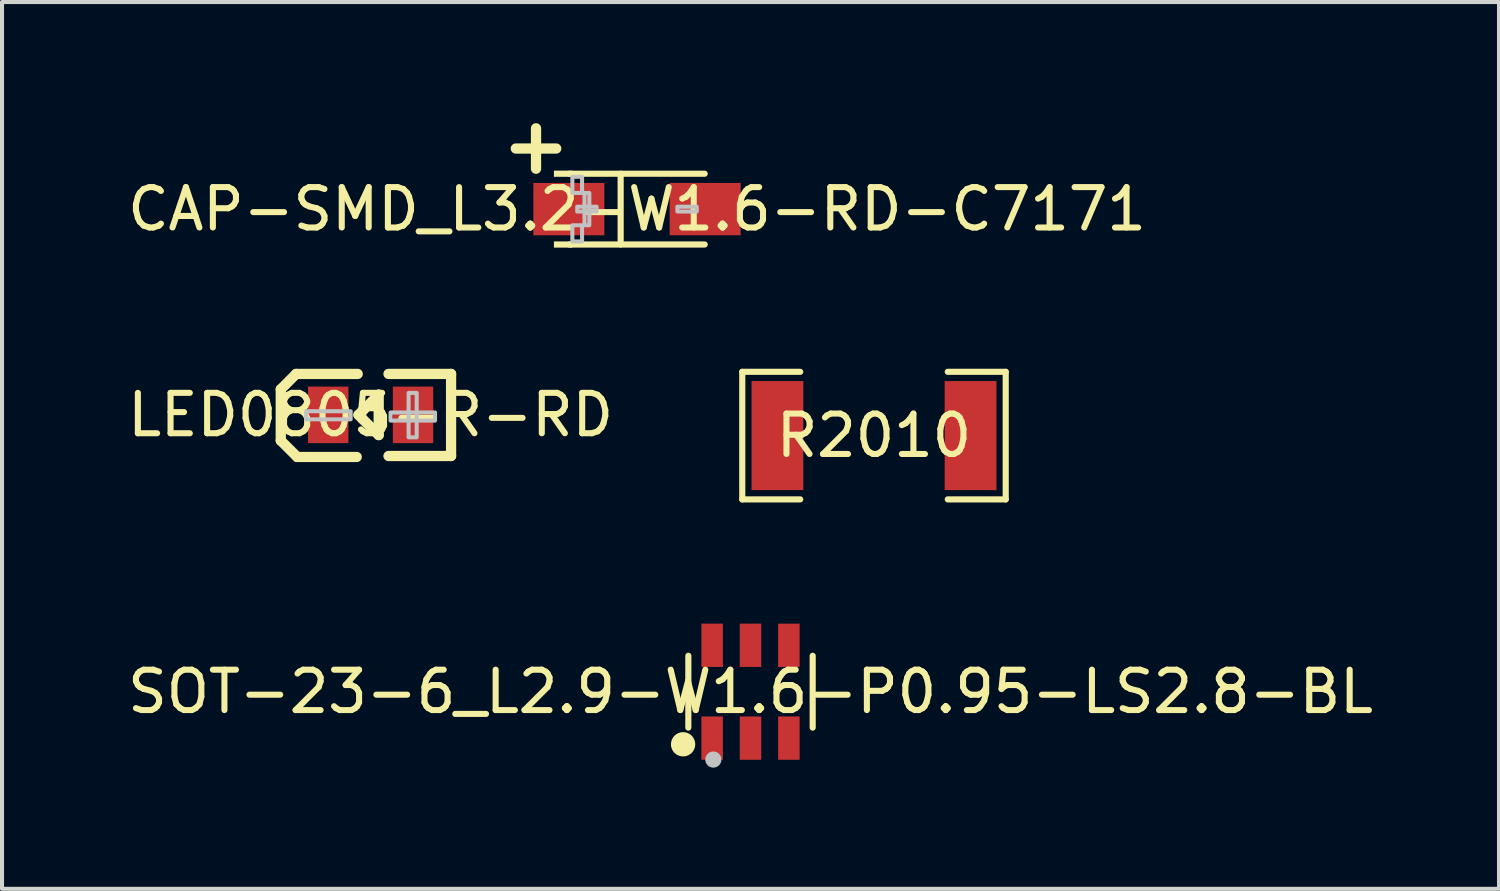
<source format=kicad_pcb>
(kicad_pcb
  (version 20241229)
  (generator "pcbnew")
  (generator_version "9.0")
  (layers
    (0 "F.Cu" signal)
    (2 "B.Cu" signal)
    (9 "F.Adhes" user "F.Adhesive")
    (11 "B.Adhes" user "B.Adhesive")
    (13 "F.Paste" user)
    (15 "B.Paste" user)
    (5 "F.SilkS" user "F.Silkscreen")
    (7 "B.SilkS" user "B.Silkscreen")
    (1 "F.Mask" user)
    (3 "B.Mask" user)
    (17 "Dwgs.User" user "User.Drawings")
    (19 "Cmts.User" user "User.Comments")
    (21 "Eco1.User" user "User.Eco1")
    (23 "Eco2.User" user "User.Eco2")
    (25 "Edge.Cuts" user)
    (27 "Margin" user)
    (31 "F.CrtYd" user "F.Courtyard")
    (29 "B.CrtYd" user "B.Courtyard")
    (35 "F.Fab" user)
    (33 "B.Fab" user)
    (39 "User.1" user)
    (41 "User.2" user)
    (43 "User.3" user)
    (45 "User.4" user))
  (footprint "R2010"
    (layer "F.Cu")
    (at 18.587 7.734)
    (property "Reference" "R2010" (at 0 0 0) (layer "F.SilkS") (effects (font (size 1 1) (thickness 0.15))))
    (fp_line (start -3.261 -1.579) (end -1.826 -1.579) (stroke (width 0.152) (type default)) (layer "F.SilkS"))
    (fp_line (start -3.261 1.579) (end -3.261 -1.579) (stroke (width 0.152) (type default)) (layer "F.SilkS"))
    (fp_line (start -1.826 1.579) (end -3.261 1.579) (stroke (width 0.152) (type default)) (layer "F.SilkS"))
    (fp_line (start 1.826 1.579) (end 3.261 1.579) (stroke (width 0.152) (type default)) (layer "F.SilkS"))
    (fp_line (start 3.261 -1.579) (end 1.826 -1.579) (stroke (width 0.152) (type default)) (layer "F.SilkS"))
    (fp_line (start 3.261 1.579) (end 3.261 -1.579) (stroke (width 0.152) (type default)) (layer "F.SilkS"))
    (fp_poly (pts (xy -1.75 1.25) (xy -1.75 0.559) (xy -1.85 0.459) (xy -2.086 0.459) (xy -2.186 0.359) (xy -2.186 -0.359) (xy -2.086 -0.459) (xy -1.85 -0.459) (xy -1.75 -0.559) (xy -1.75 -1.25) (xy -1.85 -1.35) (xy -2.933 -1.35) (xy -3.033 -1.25) (xy -3.033 1.25) (xy -2.933 1.35) (xy -1.85 1.35)) (stroke (width 0) (type default)) (fill yes) (layer "F.Paste"))
    (fp_poly (pts (xy 1.75 1.25) (xy 1.75 0.559) (xy 1.85 0.459) (xy 2.086 0.459) (xy 2.186 0.359) (xy 2.186 -0.359) (xy 2.086 -0.459) (xy 1.85 -0.459) (xy 1.75 -0.559) (xy 1.75 -1.25) (xy 1.85 -1.35) (xy 2.933 -1.35) (xy 3.033 -1.25) (xy 3.033 1.25) (xy 2.933 1.35) (xy 1.85 1.35)) (stroke (width 0) (type default)) (fill yes) (layer "F.Paste"))
    (fp_poly (pts (xy -2.5 -1.25) (xy -1.9 -1.25) (xy -1.9 1.25) (xy -2.5 1.25)) (stroke (width 0.1) (type default)) (fill no) (layer "User.1"))
    (fp_poly (pts (xy 1.9 -1.25) (xy 2.5 -1.25) (xy 2.5 1.25) (xy 1.9 1.25)) (stroke (width 0.1) (type default)) (fill no) (layer "User.1"))
    (fp_line (start -2.5 -1.25) (end 2.5 -1.25) (stroke (width 0.051) (type default)) (layer "User.2"))
    (fp_line (start -2.5 1.25) (end -2.5 -1.25) (stroke (width 0.051) (type default)) (layer "User.2"))
    (fp_line (start 2.5 -1.25) (end 2.5 1.25) (stroke (width 0.051) (type default)) (layer "User.2"))
    (fp_line (start 2.5 1.25) (end -2.5 1.25) (stroke (width 0.051) (type default)) (layer "User.2"))
    (fp_poly (pts (xy -2.44 1.25) (xy -2.458 1.208) (xy -2.5 1.19) (xy -2.542 1.208) (xy -2.56 1.25) (xy -2.542 1.292) (xy -2.5 1.31) (xy -2.458 1.292)) (stroke (width 0.1) (type default)) (fill no) (layer "User.3"))
    (pad "1" smd rect (at -2.391 0) (size 1.282 2.7) (layers "F.Cu" "F.Mask" "F.Paste"))
    (pad "2" smd rect (at 2.391 0) (size 1.282 2.7) (layers "F.Cu" "F.Mask" "F.Paste")))
  (footprint "SOT-23-6_L2.9-W1.6-P0.95-LS2.8-BL"
    (layer "F.Cu")
    (at 15.53 14.074)
    (property "Reference" "SOT-23-6_L2.9-W1.6-P0.95-LS2.8-BL" (at 0 0 0) (layer "F.SilkS") (effects (font (size 1 1) (thickness 0.15))))
    (fp_line (start -1.539 0.889) (end -1.539 -0.889) (stroke (width 0.152) (type default)) (layer "F.SilkS"))
    (fp_line (start 1.539 0.889) (end 1.539 -0.889) (stroke (width 0.152) (type default)) (layer "F.SilkS"))
    (fp_circle (center -1.669 1.302) (end -1.518 1.302) (stroke (width 0.3) (type default)) (fill no) (layer "F.SilkS"))
    (fp_circle (center -0.92 1.68) (end -0.82 1.68) (stroke (width 0.2) (type default)) (fill no) (layer "Dwgs.User"))
    (fp_poly (pts (xy -1.165 -0.935) (xy -0.735 -0.935) (xy -0.735 -0.803) (xy -1.165 -0.803)) (stroke (width 0.1) (type default)) (fill no) (layer "User.1"))
    (fp_poly (pts (xy -1.165 -0.925) (xy -0.735 -0.925) (xy -0.735 -1.4) (xy -1.165 -1.4)) (stroke (width 0.1) (type default)) (fill no) (layer "User.1"))
    (fp_poly (pts (xy -1.165 0.803) (xy -0.735 0.803) (xy -0.735 0.935) (xy -1.165 0.935)) (stroke (width 0.1) (type default)) (fill no) (layer "User.1"))
    (fp_poly (pts (xy -1.165 0.925) (xy -0.735 0.925) (xy -0.735 1.4) (xy -1.165 1.4)) (stroke (width 0.1) (type default)) (fill no) (layer "User.1"))
    (fp_poly (pts (xy -0.215 -0.935) (xy 0.215 -0.935) (xy 0.215 -0.803) (xy -0.215 -0.803)) (stroke (width 0.1) (type default)) (fill no) (layer "User.1"))
    (fp_poly (pts (xy -0.215 -0.925) (xy 0.215 -0.925) (xy 0.215 -1.4) (xy -0.215 -1.4)) (stroke (width 0.1) (type default)) (fill no) (layer "User.1"))
    (fp_poly (pts (xy -0.215 0.803) (xy 0.215 0.803) (xy 0.215 0.935) (xy -0.215 0.935)) (stroke (width 0.1) (type default)) (fill no) (layer "User.1"))
    (fp_poly (pts (xy -0.215 0.925) (xy 0.215 0.925) (xy 0.215 1.4) (xy -0.215 1.4)) (stroke (width 0.1) (type default)) (fill no) (layer "User.1"))
    (fp_poly (pts (xy 0.735 -0.935) (xy 1.165 -0.935) (xy 1.165 -0.803) (xy 0.735 -0.803)) (stroke (width 0.1) (type default)) (fill no) (layer "User.1"))
    (fp_poly (pts (xy 0.735 -0.925) (xy 1.165 -0.925) (xy 1.165 -1.4) (xy 0.735 -1.4)) (stroke (width 0.1) (type default)) (fill no) (layer "User.1"))
    (fp_poly (pts (xy 0.735 0.803) (xy 1.165 0.803) (xy 1.165 0.935) (xy 0.735 0.935)) (stroke (width 0.1) (type default)) (fill no) (layer "User.1"))
    (fp_poly (pts (xy 0.735 0.925) (xy 1.165 0.925) (xy 1.165 1.4) (xy 0.735 1.4)) (stroke (width 0.1) (type default)) (fill no) (layer "User.1"))
    (fp_line (start -1.463 -0.813) (end 1.463 -0.813) (stroke (width 0.051) (type default)) (layer "User.2"))
    (fp_line (start -1.463 0.813) (end -1.463 -0.813) (stroke (width 0.051) (type default)) (layer "User.2"))
    (fp_line (start 1.463 -0.813) (end 1.463 0.813) (stroke (width 0.051) (type default)) (layer "User.2"))
    (fp_line (start 1.463 0.813) (end -1.463 0.813) (stroke (width 0.051) (type default)) (layer "User.2"))
    (fp_poly (pts (xy -1.403 1.4) (xy -1.421 1.358) (xy -1.463 1.34) (xy -1.505 1.358) (xy -1.523 1.4) (xy -1.505 1.442) (xy -1.463 1.46) (xy -1.421 1.442)) (stroke (width 0.1) (type default)) (fill no) (layer "User.3"))
    (pad "1" smd rect (at -0.95 1.149) (size 0.532 1.072) (layers "F.Cu" "F.Mask" "F.Paste"))
    (pad "2" smd rect (at 0 1.149) (size 0.532 1.072) (layers "F.Cu" "F.Mask" "F.Paste"))
    (pad "3" smd rect (at 0.95 1.149) (size 0.532 1.072) (layers "F.Cu" "F.Mask" "F.Paste"))
    (pad "4" smd rect (at 0.95 -1.149) (size 0.532 1.072) (layers "F.Cu" "F.Mask" "F.Paste"))
    (pad "5" smd rect (at 0 -1.149) (size 0.532 1.072) (layers "F.Cu" "F.Mask" "F.Paste"))
    (pad "6" smd rect (at -0.95 -1.149) (size 0.532 1.072) (layers "F.Cu" "F.Mask" "F.Paste")))
  (footprint "LED0805-R-RD"
    (layer "F.Cu")
    (at 6.125 7.221)
    (property "Reference" "LED0805-R-RD" (at 0 0 0) (layer "F.SilkS") (effects (font (size 1 1) (thickness 0.15))))
    (fp_line (start -2.224 -0.633) (end -1.843 -1.014) (stroke (width 0.254) (type default)) (layer "F.SilkS"))
    (fp_line (start -2.224 0.636) (end -2.224 -0.633) (stroke (width 0.254) (type default)) (layer "F.SilkS"))
    (fp_line (start -1.843 -1.014) (end -0.319 -1.014) (stroke (width 0.254) (type default)) (layer "F.SilkS"))
    (fp_line (start -1.817 1.042) (end -2.224 0.636) (stroke (width 0.254) (type default)) (layer "F.SilkS"))
    (fp_line (start -0.344 1.042) (end -1.817 1.042) (stroke (width 0.254) (type default)) (layer "F.SilkS"))
    (fp_line (start -0.3 0) (end -0.2 0.101) (stroke (width 0.254) (type default)) (layer "F.SilkS"))
    (fp_line (start -0.2 -0.1) (end -0.3 0) (stroke (width 0.254) (type default)) (layer "F.SilkS"))
    (fp_line (start -0.2 0.101) (end 0.2 0.5) (stroke (width 0.254) (type default)) (layer "F.SilkS"))
    (fp_line (start 0.2 -0.5) (end -0.2 -0.1) (stroke (width 0.254) (type default)) (layer "F.SilkS"))
    (fp_line (start 0.2 -0.5) (end 0.2 0.5) (stroke (width 0.254) (type default)) (layer "F.SilkS"))
    (fp_line (start 0.443 1.018) (end 1.992 1.018) (stroke (width 0.254) (type default)) (layer "F.SilkS"))
    (fp_line (start 1.992 -1.014) (end 0.443 -1.014) (stroke (width 0.254) (type default)) (layer "F.SilkS"))
    (fp_line (start 1.992 1.018) (end 1.992 -1.014) (stroke (width 0.254) (type default)) (layer "F.SilkS"))
    (fp_poly (pts (xy -0.494 0.11) (xy -1.595 0.11) (xy -1.595 -0.09) (xy -0.494 -0.09)) (stroke (width 0.1) (type default)) (fill no) (layer "Dwgs.User"))
    (fp_poly (pts (xy 0.494 -0.059) (xy 1.595 -0.059) (xy 1.595 0.141) (xy 0.494 0.141)) (stroke (width 0.1) (type default)) (fill no) (layer "Dwgs.User"))
    (fp_poly (pts (xy 0.941 0.556) (xy 0.941 -0.544) (xy 1.141 -0.544) (xy 1.141 0.556)) (stroke (width 0.1) (type default)) (fill no) (layer "Dwgs.User"))
    (fp_poly (pts (xy -0.6 0.625) (xy -1 0.625) (xy -1 -0.625) (xy -0.6 -0.625)) (stroke (width 0.1) (type default)) (fill no) (layer "User.1"))
    (fp_poly (pts (xy 1 0.625) (xy 0.6 0.625) (xy 0.6 -0.625) (xy 1 -0.625)) (stroke (width 0.1) (type default)) (fill no) (layer "User.1"))
    (fp_line (start -1 -0.625) (end 1 -0.625) (stroke (width 0.051) (type default)) (layer "User.2"))
    (fp_line (start -1 0.625) (end -1 -0.625) (stroke (width 0.051) (type default)) (layer "User.2"))
    (fp_line (start 1 -0.625) (end 1 0.625) (stroke (width 0.051) (type default)) (layer "User.2"))
    (fp_line (start 1 0.625) (end -1 0.625) (stroke (width 0.051) (type default)) (layer "User.2"))
    (fp_poly (pts (xy 1.06 -0.625) (xy 1.042 -0.667) (xy 1 -0.685) (xy 0.958 -0.667) (xy 0.94 -0.625) (xy 0.958 -0.583) (xy 1 -0.565) (xy 1.042 -0.583)) (stroke (width 0.1) (type default)) (fill no) (layer "User.3"))
    (pad "1" smd rect (at 1.05 0 180) (size 1 1.399) (layers "F.Cu" "F.Mask" "F.Paste"))
    (pad "2" smd rect (at -1.05 0 180) (size 1 1.399) (layers "F.Cu" "F.Mask" "F.Paste")))
  (footprint "CAP-SMD_L3.2-W1.6-RD-C7171"
    (layer "F.Cu")
    (at 12.72 2.127)
    (property "Reference" "CAP-SMD_L3.2-W1.6-RD-C7171" (at 0 0 0) (layer "F.SilkS") (effects (font (size 1 1) (thickness 0.15))))
    (fp_line (start -3 -1.5) (end -2 -1.5) (stroke (width 0.254) (type default)) (layer "F.SilkS"))
    (fp_line (start -2.5 -2) (end -2.5 -1) (stroke (width 0.254) (type default)) (layer "F.SilkS"))
    (fp_line (start -0.405 0.876) (end -0.405 -0.876) (stroke (width 0.152) (type default)) (layer "F.SilkS"))
    (fp_line (start 1.676 -0.876) (end -1.676 -0.876) (stroke (width 0.152) (type default)) (layer "F.SilkS"))
    (fp_line (start 1.676 0.876) (end -1.676 0.876) (stroke (width 0.152) (type default)) (layer "F.SilkS"))
    (fp_poly (pts (xy -1.6 -0.953) (xy -1.6 -0.8) (xy -2.057 -0.8) (xy -2.057 -0.953)) (stroke (width 0) (type default)) (fill yes) (layer "F.SilkS"))
    (fp_poly (pts (xy -1.6 0.953) (xy -1.6 0.8) (xy -2.057 0.8) (xy -2.057 0.953)) (stroke (width 0) (type default)) (fill yes) (layer "F.SilkS"))
    (fp_poly (pts (xy -1.6 -0.8) (xy -1.6 -0.4) (xy -1.36 -0.4) (xy -1.36 -0.8)) (stroke (width 0.1) (type default)) (fill no) (layer "Dwgs.User"))
    (fp_poly (pts (xy -1.6 0.8) (xy -1.6 0.4) (xy -1.36 0.4) (xy -1.36 0.8)) (stroke (width 0.1) (type default)) (fill no) (layer "Dwgs.User"))
    (fp_poly (pts (xy -1.48 -0.06) (xy -1.48 0.06) (xy -1 0.06) (xy -1 -0.06)) (stroke (width 0.1) (type default)) (fill no) (layer "Dwgs.User"))
    (fp_poly (pts (xy -1.3 -0.4) (xy -1.3 0.4) (xy -1.18 0.4) (xy -1.18 -0.4)) (stroke (width 0.1) (type default)) (fill no) (layer "Dwgs.User"))
    (fp_poly (pts (xy 1.48 -0.06) (xy 1.48 0.06) (xy 1 0.06) (xy 1 -0.06)) (stroke (width 0.1) (type default)) (fill no) (layer "Dwgs.User"))
    (fp_poly (pts (xy -1.83 -0.6) (xy -1.83 0.6) (xy -0.98 0.6) (xy -0.98 -0.6)) (stroke (width 0.1) (type default)) (fill no) (layer "User.1"))
    (fp_poly (pts (xy 1.83 -0.6) (xy 1.83 0.6) (xy 0.98 0.6) (xy 0.98 -0.6)) (stroke (width 0.1) (type default)) (fill no) (layer "User.1"))
    (fp_line (start -1.6 -0.8) (end 1.6 -0.8) (stroke (width 0.051) (type default)) (layer "User.2"))
    (fp_line (start -1.6 0.8) (end -1.6 -0.8) (stroke (width 0.051) (type default)) (layer "User.2"))
    (fp_line (start 1.6 -0.8) (end 1.6 0.8) (stroke (width 0.051) (type default)) (layer "User.2"))
    (fp_line (start 1.6 0.8) (end -1.6 0.8) (stroke (width 0.051) (type default)) (layer "User.2"))
    (fp_poly (pts (xy -1.718 -0.889) (xy -1.736 -0.931) (xy -1.778 -0.949) (xy -1.82 -0.931) (xy -1.838 -0.889) (xy -1.82 -0.847) (xy -1.778 -0.829) (xy -1.736 -0.847)) (stroke (width 0.1) (type default)) (fill no) (layer "User.3"))
    (pad "1" smd rect (at -1.687 0 180) (size 1.758 1.296) (layers "F.Cu" "F.Mask" "F.Paste"))
    (pad "2" smd rect (at 1.687 0 180) (size 1.758 1.296) (layers "F.Cu" "F.Mask" "F.Paste")))
  (gr_rect
    (start -3 -3)
    (end 34.06 18.954)
    (stroke (width 0.1) (type default))
    (fill no)
    (layer "Edge.Cuts")))
</source>
